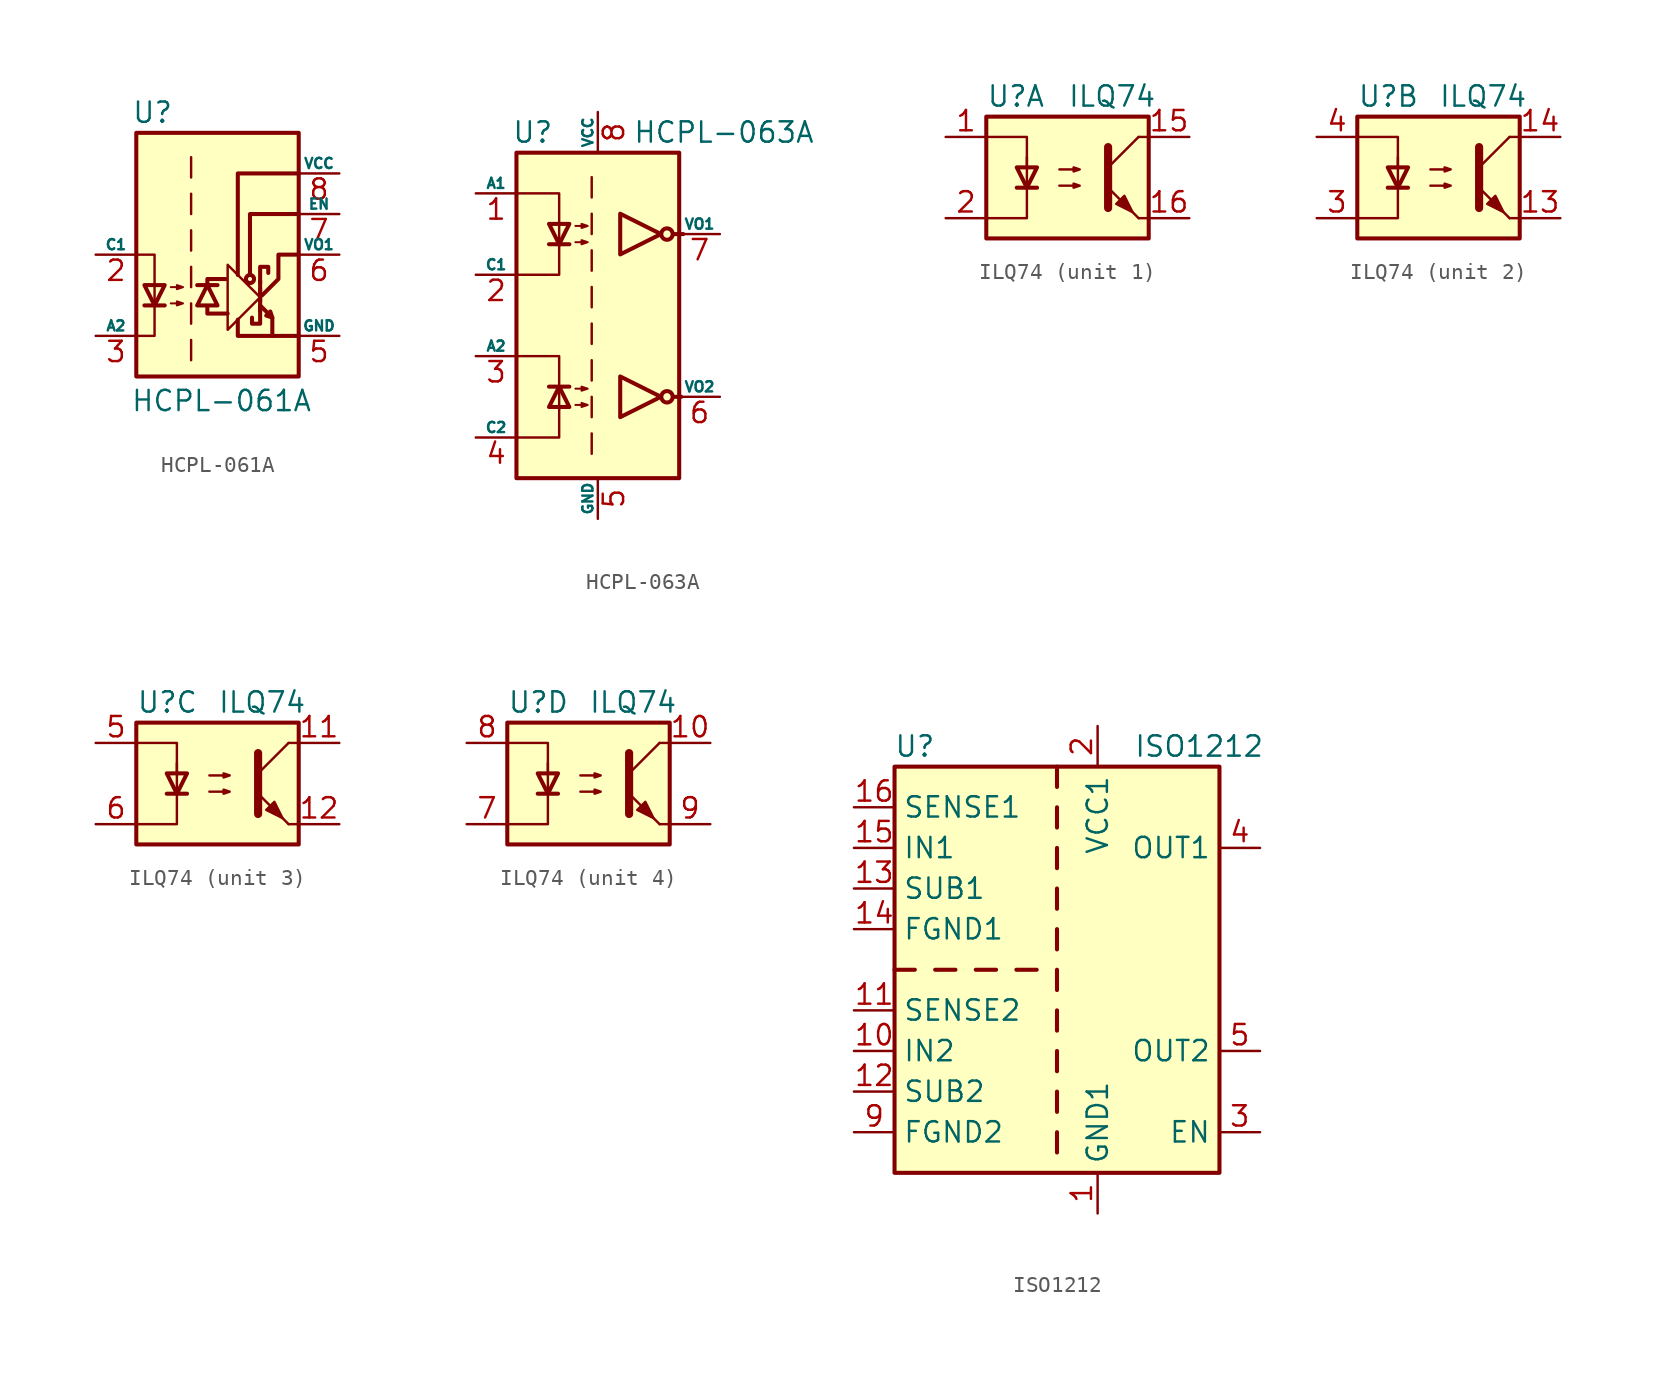
<source format=kicad_sym>
(kicad_symbol_lib
  (version 20201005)
  (generator kicad_symbol_editor)
  (symbol "HCPL-061A"
    (pin_names
      (offset 0))
    (property "Reference" "U"
      (at -4.064 8.89 0)
      (effects (font (size 1.27 1.27))))
    (property "Value" "HCPL-061A"
      (at 0.254 -9.144 0)
      (effects (font (size 1.27 1.27))))
    (symbol "HCPL-061A_0_1"
      (circle (center 2.032 -1.524) (radius 0.254) (stroke (width 0.254)) (fill (type none)))
      (polyline (pts (xy 2.667 -3.556) (xy 2.667 -1.651)) (stroke (width 0.254)) (fill (type none)))
      (polyline (pts (xy 2.667 -2.159) (xy 2.667 -2.921)) (stroke (width 0.254)) (fill (type none)))
      (polyline (pts (xy 3.429 -3.937) (xy 3.429 -5.08)) (stroke (width 0.254)) (fill (type none)))
      (polyline (pts (xy -0.635 -3.302) (xy -0.635 -3.683) (xy 0.635 -3.683)) (stroke (width 0.254)) (fill (type none)))
      (polyline (pts (xy -0.635 -1.905) (xy -0.635 -1.524) (xy 0.508 -1.524)) (stroke (width 0.254)) (fill (type none)))
      (polyline (pts (xy 1.27 -4.064) (xy 1.27 -5.08) (xy 5.08 -5.08)) (stroke (width 0.254)) (fill (type none)))
      (polyline (pts (xy 1.27 -1.27) (xy 1.27 5.08) (xy 5.08 5.08)) (stroke (width 0.254)) (fill (type none)))
      (polyline (pts (xy 2.032 -1.27) (xy 2.032 2.54) (xy 5.08 2.54)) (stroke (width 0.254)) (fill (type none)))
      (polyline (pts (xy -5.08 -5.08) (xy -3.937 -5.08) (xy -3.937 0) (xy -5.08 0)) (stroke (width 0)) (fill (type none)))
      (polyline (pts (xy 2.667 -3.302) (xy 2.667 -4.318) (xy 2.159 -4.318) (xy 2.159 -3.937)) (stroke (width 0.254)) (fill (type none)))
      (polyline (pts (xy 2.667 -2.667) (xy 0.635 -4.699) (xy 0.635 -0.635) (xy 2.667 -2.667)) (stroke (width 0)) (fill (type none)))
      (polyline (pts (xy 2.667 -1.778) (xy 2.667 -0.762) (xy 3.175 -0.762) (xy 3.175 -1.143)) (stroke (width 0.254)) (fill (type none)))
      (polyline (pts (xy 2.794 -2.54) (xy 3.81 -1.524) (xy 3.81 0) (xy 5.08 0)) (stroke (width 0.254)) (fill (type none)))
      (polyline (pts (xy 2.667 -3.175) (xy 3.429 -3.937) (xy 3.302 -3.556) (xy 3.048 -3.81) (xy 3.429 -3.937)) (stroke (width 0.254)) (fill (type none))))
    (symbol "HCPL-061A_1_1"
      (rectangle (start -5.08 7.62) (end 5.08 -7.62) (stroke (width 0.254)) (fill (type background)))
      (polyline (pts (xy -4.572 -3.175) (xy -3.302 -3.175)) (stroke (width 0.254)) (fill (type none)))
      (polyline (pts (xy -1.651 -5.334) (xy -1.651 -6.604)) (stroke (width 0)) (fill (type none)))
      (polyline (pts (xy -1.651 -3.048) (xy -1.651 -4.318)) (stroke (width 0)) (fill (type none)))
      (polyline (pts (xy -1.651 -0.762) (xy -1.651 -2.032)) (stroke (width 0)) (fill (type none)))
      (polyline (pts (xy -1.651 1.524) (xy -1.651 0.254)) (stroke (width 0)) (fill (type none)))
      (polyline (pts (xy -1.651 3.81) (xy -1.651 2.54)) (stroke (width 0)) (fill (type none)))
      (polyline (pts (xy -1.651 6.096) (xy -1.651 4.826)) (stroke (width 0)) (fill (type none)))
      (polyline (pts (xy -1.27 -1.905) (xy 0 -1.905)) (stroke (width 0.254)) (fill (type none)))
      (polyline (pts (xy -3.937 -3.175) (xy -4.572 -1.905) (xy -3.302 -1.905) (xy -3.937 -3.175)) (stroke (width 0.254)) (fill (type none)))
      (polyline (pts (xy -0.635 -1.905) (xy -1.27 -3.175) (xy 0 -3.175) (xy -0.635 -1.905)) (stroke (width 0.254)) (fill (type none)))
      (polyline (pts (xy -2.921 -3.048) (xy -2.159 -3.048) (xy -2.54 -3.175) (xy -2.54 -2.921) (xy -2.159 -3.048)) (stroke (width 0.127)) (fill (type none)))
      (polyline (pts (xy -2.921 -2.032) (xy -2.159 -2.032) (xy -2.54 -2.159) (xy -2.54 -1.905) (xy -2.159 -2.032)) (stroke (width 0.127)) (fill (type none)))
      (pin no_connect line (at -5.08 5.08 0) (length 2.54) hide (name "NC" (effects (font (size 0.635 0.635)))) (number "1" (effects (font (size 1.27 1.27)))))
      (pin passive line (at -7.62 0 0) (length 2.54) (name "C1" (effects (font (size 0.635 0.635)))) (number "2" (effects (font (size 1.27 1.27)))))
      (pin passive line (at -7.62 -5.08 0) (length 2.54) (name "A2" (effects (font (size 0.635 0.635)))) (number "3" (effects (font (size 1.27 1.27)))))
      (pin power_in line (at 7.62 -5.08 180) (length 2.54) (name "GND" (effects (font (size 0.635 0.635)))) (number "5" (effects (font (size 1.27 1.27)))))
      (pin open_collector line (at 7.62 0 180) (length 2.54) (name "VO1" (effects (font (size 0.635 0.635)))) (number "6" (effects (font (size 1.27 1.27)))))
      (pin input line (at 7.62 2.54 180) (length 2.54) (name "EN" (effects (font (size 0.635 0.635)))) (number "7" (effects (font (size 1.27 1.27)))))
      (pin power_in line (at 7.62 5.08 180) (length 2.54) (name "VCC" (effects (font (size 0.635 0.635)))) (number "8" (effects (font (size 1.27 1.27)))))))
  (symbol "HCPL-063A"
    (pin_names
      (offset 0))
    (property "Reference" "U"
      (at -4.064 11.43 0)
      (effects (font (size 1.27 1.27))))
    (property "Value" "HCPL-063A"
      (at 7.874 11.43 0)
      (effects (font (size 1.27 1.27))))
    (symbol "HCPL-063A_0_1"
      (rectangle (start -5.08 10.16) (end 5.08 -10.16) (stroke (width 0.254)) (fill (type background))))
    (symbol "HCPL-063A_1_1"
      (circle (center 4.318 -5.08) (radius 0.356) (stroke (width 0.254)) (fill (type none)))
      (circle (center 4.318 5.08) (radius 0.356) (stroke (width 0.254)) (fill (type none)))
      (polyline (pts (xy -3.048 -4.445) (xy -1.778 -4.445)) (stroke (width 0.254)) (fill (type none)))
      (polyline (pts (xy -3.048 4.445) (xy -1.778 4.445)) (stroke (width 0.254)) (fill (type none)))
      (polyline (pts (xy -0.381 -7.366) (xy -0.381 -8.636)) (stroke (width 0)) (fill (type none)))
      (polyline (pts (xy -0.381 -5.08) (xy -0.381 -6.35)) (stroke (width 0)) (fill (type none)))
      (polyline (pts (xy -0.381 -2.794) (xy -0.381 -4.064)) (stroke (width 0)) (fill (type none)))
      (polyline (pts (xy -0.381 -0.508) (xy -0.381 -1.778)) (stroke (width 0)) (fill (type none)))
      (polyline (pts (xy -0.381 1.778) (xy -0.381 0.508)) (stroke (width 0)) (fill (type none)))
      (polyline (pts (xy -0.381 4.064) (xy -0.381 2.794)) (stroke (width 0)) (fill (type none)))
      (polyline (pts (xy -0.381 6.35) (xy -0.381 5.08)) (stroke (width 0)) (fill (type none)))
      (polyline (pts (xy -0.381 8.636) (xy -0.381 7.366)) (stroke (width 0)) (fill (type none)))
      (polyline (pts (xy 4.699 -5.08) (xy 5.207 -5.08)) (stroke (width 0.254)) (fill (type none)))
      (polyline (pts (xy 4.699 5.08) (xy 5.334 5.08)) (stroke (width 0.254)) (fill (type none)))
      (polyline (pts (xy -4.953 -7.62) (xy -2.413 -7.62) (xy -2.413 -5.715)) (stroke (width 0)) (fill (type none)))
      (polyline (pts (xy -4.953 7.62) (xy -2.413 7.62) (xy -2.413 4.318)) (stroke (width 0)) (fill (type none)))
      (polyline (pts (xy -2.413 -5.842) (xy -2.413 -2.54) (xy -4.953 -2.54)) (stroke (width 0)) (fill (type none)))
      (polyline (pts (xy -2.413 4.445) (xy -2.413 2.54) (xy -4.953 2.54)) (stroke (width 0)) (fill (type none)))
      (polyline (pts (xy -2.413 -4.445) (xy -3.048 -5.715) (xy -1.778 -5.715) (xy -2.413 -4.445)) (stroke (width 0.254)) (fill (type none)))
      (polyline (pts (xy -2.413 4.445) (xy -3.048 5.715) (xy -1.778 5.715) (xy -2.413 4.445)) (stroke (width 0.254)) (fill (type none)))
      (polyline (pts (xy 3.937 -5.08) (xy 1.397 -3.81) (xy 1.397 -6.35) (xy 3.937 -5.08)) (stroke (width 0.254)) (fill (type none)))
      (polyline (pts (xy 3.937 5.08) (xy 1.397 6.35) (xy 1.397 3.81) (xy 3.937 5.08)) (stroke (width 0.254)) (fill (type none)))
      (polyline (pts (xy -1.397 -5.588) (xy -0.635 -5.588) (xy -1.016 -5.715) (xy -1.016 -5.461) (xy -0.635 -5.588)) (stroke (width 0.127)) (fill (type none)))
      (polyline (pts (xy -1.397 -4.572) (xy -0.635 -4.572) (xy -1.016 -4.699) (xy -1.016 -4.445) (xy -0.635 -4.572)) (stroke (width 0.127)) (fill (type none)))
      (polyline (pts (xy -1.397 4.572) (xy -0.635 4.572) (xy -1.016 4.445) (xy -1.016 4.699) (xy -0.635 4.572)) (stroke (width 0.127)) (fill (type none)))
      (polyline (pts (xy -1.397 5.588) (xy -0.635 5.588) (xy -1.016 5.461) (xy -1.016 5.715) (xy -0.635 5.588)) (stroke (width 0.127)) (fill (type none)))
      (pin passive line (at -7.62 7.62 0) (length 2.54) (name "A1" (effects (font (size 0.635 0.635)))) (number "1" (effects (font (size 1.27 1.27)))))
      (pin passive line (at -7.62 2.54 0) (length 2.54) (name "C1" (effects (font (size 0.635 0.635)))) (number "2" (effects (font (size 1.27 1.27)))))
      (pin passive line (at -7.62 -2.54 0) (length 2.54) (name "A2" (effects (font (size 0.635 0.635)))) (number "3" (effects (font (size 1.27 1.27)))))
      (pin passive line (at -7.62 -7.62 0) (length 2.54) (name "C2" (effects (font (size 0.635 0.635)))) (number "4" (effects (font (size 1.27 1.27)))))
      (pin power_in line (at 0 -12.7 90) (length 2.54) (name "GND" (effects (font (size 0.635 0.635)))) (number "5" (effects (font (size 1.27 1.27)))))
      (pin open_collector line (at 7.62 -5.08 180) (length 2.54) (name "VO2" (effects (font (size 0.635 0.635)))) (number "6" (effects (font (size 1.27 1.27)))))
      (pin open_collector line (at 7.62 5.08 180) (length 2.54) (name "VO1" (effects (font (size 0.635 0.635)))) (number "7" (effects (font (size 1.27 1.27)))))
      (pin power_in line (at 0 12.7 270) (length 2.54) (name "VCC" (effects (font (size 0.635 0.635)))) (number "8" (effects (font (size 1.27 1.27)))))))
  (symbol "ILQ74"
    (pin_names
      (offset 1.016))
    (property "Reference" "U"
      (at -5.08 5.08 0)
      (effects (font (size 1.27 1.27)) (justify left)))
    (property "Value" "ILQ74"
      (at 0 5.08 0)
      (effects (font (size 1.27 1.27)) (justify left)))
    (symbol "ILQ74_0_1"
      (rectangle (start -5.08 3.81) (end 5.08 -3.81) (stroke (width 0.254)) (fill (type background)))
      (polyline (pts (xy -3.175 -0.635) (xy -1.905 -0.635)) (stroke (width 0.254)) (fill (type none)))
      (polyline (pts (xy 2.54 0.635) (xy 4.445 2.54)) (stroke (width 0)) (fill (type none)))
      (polyline (pts (xy 4.445 -2.54) (xy 2.54 -0.635)) (stroke (width 0)) (fill (type outline)))
      (polyline (pts (xy 4.445 -2.54) (xy 5.08 -2.54)) (stroke (width 0)) (fill (type none)))
      (polyline (pts (xy 4.445 2.54) (xy 5.08 2.54)) (stroke (width 0)) (fill (type none)))
      (polyline (pts (xy -5.08 2.54) (xy -2.54 2.54) (xy -2.54 0.635)) (stroke (width 0)) (fill (type none)))
      (polyline (pts (xy 2.54 1.905) (xy 2.54 -1.905) (xy 2.54 -1.905)) (stroke (width 0.508)) (fill (type none)))
      (polyline (pts (xy -2.54 -0.635) (xy -3.175 0.635) (xy -1.905 0.635) (xy -2.54 -0.635)) (stroke (width 0.254)) (fill (type none)))
      (polyline (pts (xy -2.54 -0.635) (xy -2.54 1.27) (xy -2.54 -2.54) (xy -5.08 -2.54)) (stroke (width 0)) (fill (type none)))
      (polyline (pts (xy -0.508 -0.508) (xy 0.762 -0.508) (xy 0.381 -0.635) (xy 0.381 -0.381) (xy 0.762 -0.508)) (stroke (width 0)) (fill (type none)))
      (polyline (pts (xy -0.508 0.508) (xy 0.762 0.508) (xy 0.381 0.381) (xy 0.381 0.635) (xy 0.762 0.508)) (stroke (width 0)) (fill (type none)))
      (polyline (pts (xy 3.048 -1.651) (xy 3.556 -1.143) (xy 4.064 -2.159) (xy 3.048 -1.651) (xy 3.048 -1.651)) (stroke (width 0)) (fill (type outline))))
    (symbol "ILQ74_1_1"
      (pin passive line (at -7.62 2.54 0) (length 2.54) (name "~" (effects (font (size 1.27 1.27)))) (number "1" (effects (font (size 1.27 1.27)))))
      (pin passive line (at 7.62 2.54 180) (length 2.54) (name "~" (effects (font (size 1.27 1.27)))) (number "15" (effects (font (size 1.27 1.27)))))
      (pin passive line (at 7.62 -2.54 180) (length 2.54) (name "~" (effects (font (size 1.27 1.27)))) (number "16" (effects (font (size 1.27 1.27)))))
      (pin passive line (at -7.62 -2.54 0) (length 2.54) (name "~" (effects (font (size 1.27 1.27)))) (number "2" (effects (font (size 1.27 1.27))))))
    (symbol "ILQ74_2_1"
      (pin passive line (at 7.62 -2.54 180) (length 2.54) (name "~" (effects (font (size 1.27 1.27)))) (number "13" (effects (font (size 1.27 1.27)))))
      (pin passive line (at 7.62 2.54 180) (length 2.54) (name "~" (effects (font (size 1.27 1.27)))) (number "14" (effects (font (size 1.27 1.27)))))
      (pin passive line (at -7.62 -2.54 0) (length 2.54) (name "~" (effects (font (size 1.27 1.27)))) (number "3" (effects (font (size 1.27 1.27)))))
      (pin passive line (at -7.62 2.54 0) (length 2.54) (name "~" (effects (font (size 1.27 1.27)))) (number "4" (effects (font (size 1.27 1.27))))))
    (symbol "ILQ74_3_1"
      (pin passive line (at 7.62 2.54 180) (length 2.54) (name "~" (effects (font (size 1.27 1.27)))) (number "11" (effects (font (size 1.27 1.27)))))
      (pin passive line (at 7.62 -2.54 180) (length 2.54) (name "~" (effects (font (size 1.27 1.27)))) (number "12" (effects (font (size 1.27 1.27)))))
      (pin passive line (at -7.62 2.54 0) (length 2.54) (name "~" (effects (font (size 1.27 1.27)))) (number "5" (effects (font (size 1.27 1.27)))))
      (pin passive line (at -7.62 -2.54 0) (length 2.54) (name "~" (effects (font (size 1.27 1.27)))) (number "6" (effects (font (size 1.27 1.27))))))
    (symbol "ILQ74_4_1"
      (pin passive line (at 7.62 2.54 180) (length 2.54) (name "~" (effects (font (size 1.27 1.27)))) (number "10" (effects (font (size 1.27 1.27)))))
      (pin passive line (at -7.62 -2.54 0) (length 2.54) (name "~" (effects (font (size 1.27 1.27)))) (number "7" (effects (font (size 1.27 1.27)))))
      (pin passive line (at -7.62 2.54 0) (length 2.54) (name "~" (effects (font (size 1.27 1.27)))) (number "8" (effects (font (size 1.27 1.27)))))
      (pin passive line (at 7.62 -2.54 180) (length 2.54) (name "~" (effects (font (size 1.27 1.27)))) (number "9" (effects (font (size 1.27 1.27)))))))
  (symbol "ISO1212"
    (property "Reference" "U"
      (at -8.89 13.97 0)
      (effects (font (size 1.27 1.27))))
    (property "Value" "ISO1212"
      (at 8.89 13.97 0)
      (effects (font (size 1.27 1.27))))
    (symbol "ISO1212_0_1"
      (rectangle (start -10.16 12.7) (end 10.16 -12.7) (stroke (width 0.254)) (fill (type background)))
      (polyline (pts (xy -8.89 0) (xy -10.16 0)) (stroke (width 0.254)) (fill (type none)))
      (polyline (pts (xy -6.35 0) (xy -7.62 0)) (stroke (width 0.254)) (fill (type none)))
      (polyline (pts (xy -3.81 0) (xy -5.08 0)) (stroke (width 0.254)) (fill (type none)))
      (polyline (pts (xy -1.27 0) (xy -2.54 0)) (stroke (width 0.254)) (fill (type none)))
      (polyline (pts (xy 0 -10.16) (xy 0 -11.43)) (stroke (width 0.254)) (fill (type none)))
      (polyline (pts (xy 0 -7.62) (xy 0 -8.89)) (stroke (width 0.254)) (fill (type none)))
      (polyline (pts (xy 0 -6.35) (xy 0 -5.08)) (stroke (width 0.254)) (fill (type none)))
      (polyline (pts (xy 0 -3.81) (xy 0 -2.54)) (stroke (width 0.254)) (fill (type none)))
      (polyline (pts (xy 0 -1.27) (xy 0 0)) (stroke (width 0.254)) (fill (type none)))
      (polyline (pts (xy 0 1.27) (xy 0 2.54)) (stroke (width 0.254)) (fill (type none)))
      (polyline (pts (xy 0 3.81) (xy 0 5.08)) (stroke (width 0.254)) (fill (type none)))
      (polyline (pts (xy 0 6.35) (xy 0 7.62)) (stroke (width 0.254)) (fill (type none)))
      (polyline (pts (xy 0 8.89) (xy 0 10.16)) (stroke (width 0.254)) (fill (type none)))
      (polyline (pts (xy 0 11.43) (xy 0 12.7)) (stroke (width 0.254)) (fill (type none))))
    (symbol "ISO1212_1_1"
      (pin power_in line (at 2.54 -15.24 90) (length 2.54) (name "GND1" (effects (font (size 1.27 1.27)))) (number "1" (effects (font (size 1.27 1.27)))))
      (pin input line (at -12.7 -5.08 0) (length 2.54) (name "IN2" (effects (font (size 1.27 1.27)))) (number "10" (effects (font (size 1.27 1.27)))))
      (pin input line (at -12.7 -2.54 0) (length 2.54) (name "SENSE2" (effects (font (size 1.27 1.27)))) (number "11" (effects (font (size 1.27 1.27)))))
      (pin passive line (at -12.7 -7.62 0) (length 2.54) (name "SUB2" (effects (font (size 1.27 1.27)))) (number "12" (effects (font (size 1.27 1.27)))))
      (pin passive line (at -12.7 5.08 0) (length 2.54) (name "SUB1" (effects (font (size 1.27 1.27)))) (number "13" (effects (font (size 1.27 1.27)))))
      (pin power_in line (at -12.7 2.54 0) (length 2.54) (name "FGND1" (effects (font (size 1.27 1.27)))) (number "14" (effects (font (size 1.27 1.27)))))
      (pin input line (at -12.7 7.62 0) (length 2.54) (name "IN1" (effects (font (size 1.27 1.27)))) (number "15" (effects (font (size 1.27 1.27)))))
      (pin input line (at -12.7 10.16 0) (length 2.54) (name "SENSE1" (effects (font (size 1.27 1.27)))) (number "16" (effects (font (size 1.27 1.27)))))
      (pin power_in line (at 2.54 15.24 270) (length 2.54) (name "VCC1" (effects (font (size 1.27 1.27)))) (number "2" (effects (font (size 1.27 1.27)))))
      (pin input line (at 12.7 -10.16 180) (length 2.54) (name "EN" (effects (font (size 1.27 1.27)))) (number "3" (effects (font (size 1.27 1.27)))))
      (pin tri_state line (at 12.7 7.62 180) (length 2.54) (name "OUT1" (effects (font (size 1.27 1.27)))) (number "4" (effects (font (size 1.27 1.27)))))
      (pin tri_state line (at 12.7 -5.08 180) (length 2.54) (name "OUT2" (effects (font (size 1.27 1.27)))) (number "5" (effects (font (size 1.27 1.27)))))
      (pin no_connect line (at 10.16 2.54 180) (length 2.54) hide (name "NC" (effects (font (size 1.27 1.27)))) (number "6" (effects (font (size 1.27 1.27)))))
      (pin no_connect line (at 10.16 0 180) (length 2.54) hide (name "NC" (effects (font (size 1.27 1.27)))) (number "7" (effects (font (size 1.27 1.27)))))
      (pin passive line (at 2.54 -15.24 90) (length 2.54) hide (name "GND1" (effects (font (size 1.27 1.27)))) (number "8" (effects (font (size 1.27 1.27)))))
      (pin power_in line (at -12.7 -10.16 0) (length 2.54) (name "FGND2" (effects (font (size 1.27 1.27)))) (number "9" (effects (font (size 1.27 1.27))))))))
</source>
